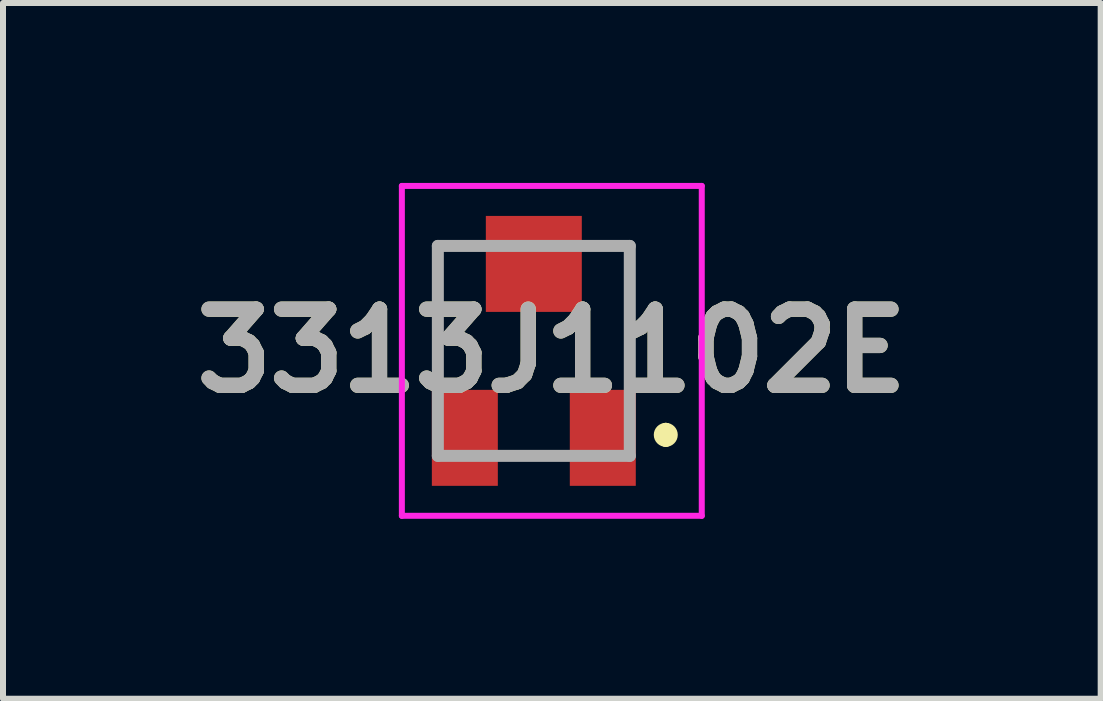
<source format=kicad_pcb>
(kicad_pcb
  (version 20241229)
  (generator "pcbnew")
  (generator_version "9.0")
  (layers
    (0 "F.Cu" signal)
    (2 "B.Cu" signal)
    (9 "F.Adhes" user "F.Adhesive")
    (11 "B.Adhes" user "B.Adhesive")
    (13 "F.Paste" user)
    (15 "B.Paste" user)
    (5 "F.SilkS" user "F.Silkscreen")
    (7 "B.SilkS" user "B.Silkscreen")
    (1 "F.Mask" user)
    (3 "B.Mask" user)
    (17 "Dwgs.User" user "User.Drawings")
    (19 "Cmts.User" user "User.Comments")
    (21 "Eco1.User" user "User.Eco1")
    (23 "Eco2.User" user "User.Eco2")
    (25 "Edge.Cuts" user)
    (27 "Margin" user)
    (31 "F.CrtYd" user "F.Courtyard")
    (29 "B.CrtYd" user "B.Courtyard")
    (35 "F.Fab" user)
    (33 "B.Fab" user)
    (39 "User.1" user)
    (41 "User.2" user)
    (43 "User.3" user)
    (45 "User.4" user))
  (footprint "3313J1102E"
    (layer "F.Cu")
    (at 5.85 2.8)
    (property "Reference" "3313J1102E" (at 0.3 0 0) (layer "F.SilkS") (effects (font (size 1.27 1.27) (thickness 0.254))))
    (attr smd)
    (fp_line (start -1.6 -1.75) (end -1.6 0) (stroke (width 0.1) (type solid)) (layer "F.SilkS"))
    (fp_line (start -1.2 -1.75) (end -1.6 -1.75) (stroke (width 0.1) (type solid)) (layer "F.SilkS"))
    (fp_line (start -0.2 1.75) (end 0.2 1.75) (stroke (width 0.1) (type solid)) (layer "F.SilkS"))
    (fp_line (start 1.2 -1.75) (end 1.6 -1.75) (stroke (width 0.1) (type solid)) (layer "F.SilkS"))
    (fp_line (start 1.6 -1.75) (end 1.6 0) (stroke (width 0.1) (type solid)) (layer "F.SilkS"))
    (fp_line (start 2.2 1.3) (end 2.2 1.3) (stroke (width 0.2) (type solid)) (layer "F.SilkS"))
    (fp_line (start 2.2 1.5) (end 2.2 1.5) (stroke (width 0.2) (type solid)) (layer "F.SilkS"))
    (fp_arc (start 2.2 1.3) (mid 2.3 1.4) (end 2.2 1.5) (stroke (width 0.2) (type solid)) (layer "F.SilkS"))
    (fp_arc (start 2.2 1.5) (mid 2.1 1.4) (end 2.2 1.3) (stroke (width 0.2) (type solid)) (layer "F.SilkS"))
    (fp_line (start -2.2 -2.75) (end 2.8 -2.75) (stroke (width 0.1) (type solid)) (layer "F.CrtYd"))
    (fp_line (start -2.2 2.75) (end -2.2 -2.75) (stroke (width 0.1) (type solid)) (layer "F.CrtYd"))
    (fp_line (start 2.8 -2.75) (end 2.8 2.75) (stroke (width 0.1) (type solid)) (layer "F.CrtYd"))
    (fp_line (start 2.8 2.75) (end -2.2 2.75) (stroke (width 0.1) (type solid)) (layer "F.CrtYd"))
    (fp_line (start -1.6 -1.75) (end 1.6 -1.75) (stroke (width 0.2) (type solid)) (layer "F.Fab"))
    (fp_line (start -1.6 1.75) (end -1.6 -1.75) (stroke (width 0.2) (type solid)) (layer "F.Fab"))
    (fp_line (start 1.6 -1.75) (end 1.6 1.75) (stroke (width 0.2) (type solid)) (layer "F.Fab"))
    (fp_line (start 1.6 1.75) (end -1.6 1.75) (stroke (width 0.2) (type solid)) (layer "F.Fab"))
    (fp_text user "${REFERENCE}" (at 0.3 0 0) (layer "F.Fab") (effects (font (size 1.27 1.27) (thickness 0.254))))
    (pad "1" smd rect (at 1.15 1.45) (size 1.1 1.6) (layers "F.Cu" "F.Mask" "F.Paste"))
    (pad "2" smd rect (at 0 -1.45 90) (size 1.6 1.6) (layers "F.Cu" "F.Mask" "F.Paste"))
    (pad "3" smd rect (at -1.15 1.45) (size 1.1 1.6) (layers "F.Cu" "F.Mask" "F.Paste")))
  (gr_rect
    (start -3 -3)
    (end 15.301 8.6)
    (stroke (width 0.1) (type default))
    (fill no)
    (layer "Edge.Cuts")))
</source>
